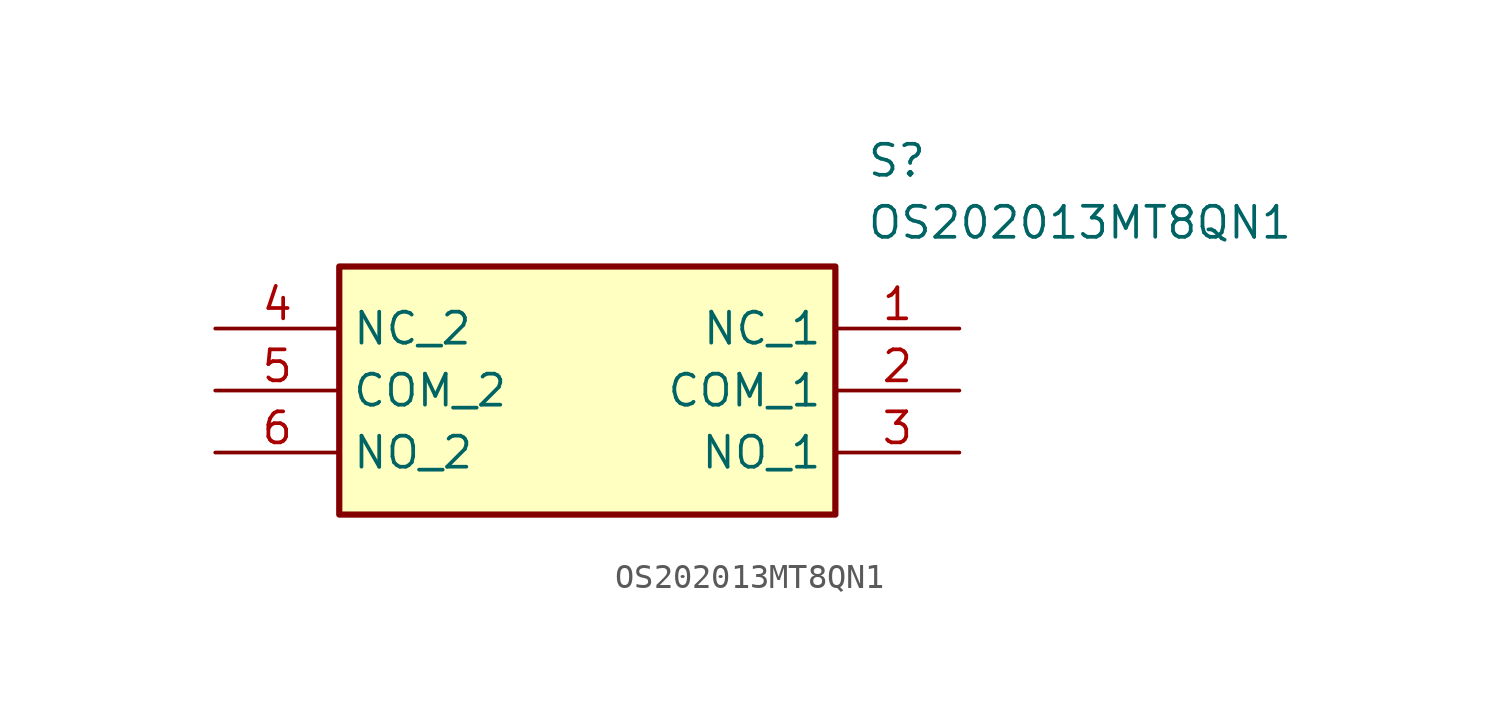
<source format=kicad_sym>
(kicad_symbol_lib
  (version 20211014)
  (generator SamacSys_ECAD_Model)
  (symbol "OS202013MT8QN1"
    (property "Reference" "S"
      (at 26.67 7.62 0)
      (effects (font (size 1.27 1.27)) (justify left top)))
    (property "Value" "OS202013MT8QN1"
      (at 26.67 5.08 0)
      (effects (font (size 1.27 1.27)) (justify left top)))
    (rectangle
      (start 5.08 2.54)
      (end 25.4 -7.62)
      (stroke (width 0.254) (type default))
      (fill (type background)))
    (pin passive line
      (at 30.48 0 180)
      (length 5.08)
      (name "NC_1" (effects (font (size 1.27 1.27))))
      (number "1" (effects (font (size 1.27 1.27)))))
    (pin passive line
      (at 30.48 -2.54 180)
      (length 5.08)
      (name "COM_1" (effects (font (size 1.27 1.27))))
      (number "2" (effects (font (size 1.27 1.27)))))
    (pin passive line
      (at 30.48 -5.08 180)
      (length 5.08)
      (name "NO_1" (effects (font (size 1.27 1.27))))
      (number "3" (effects (font (size 1.27 1.27)))))
    (pin passive line
      (at 0 0 0)
      (length 5.08)
      (name "NC_2" (effects (font (size 1.27 1.27))))
      (number "4" (effects (font (size 1.27 1.27)))))
    (pin passive line
      (at 0 -2.54 0)
      (length 5.08)
      (name "COM_2" (effects (font (size 1.27 1.27))))
      (number "5" (effects (font (size 1.27 1.27)))))
    (pin passive line
      (at 0 -5.08 0)
      (length 5.08)
      (name "NO_2" (effects (font (size 1.27 1.27))))
      (number "6" (effects (font (size 1.27 1.27)))))))
</source>
